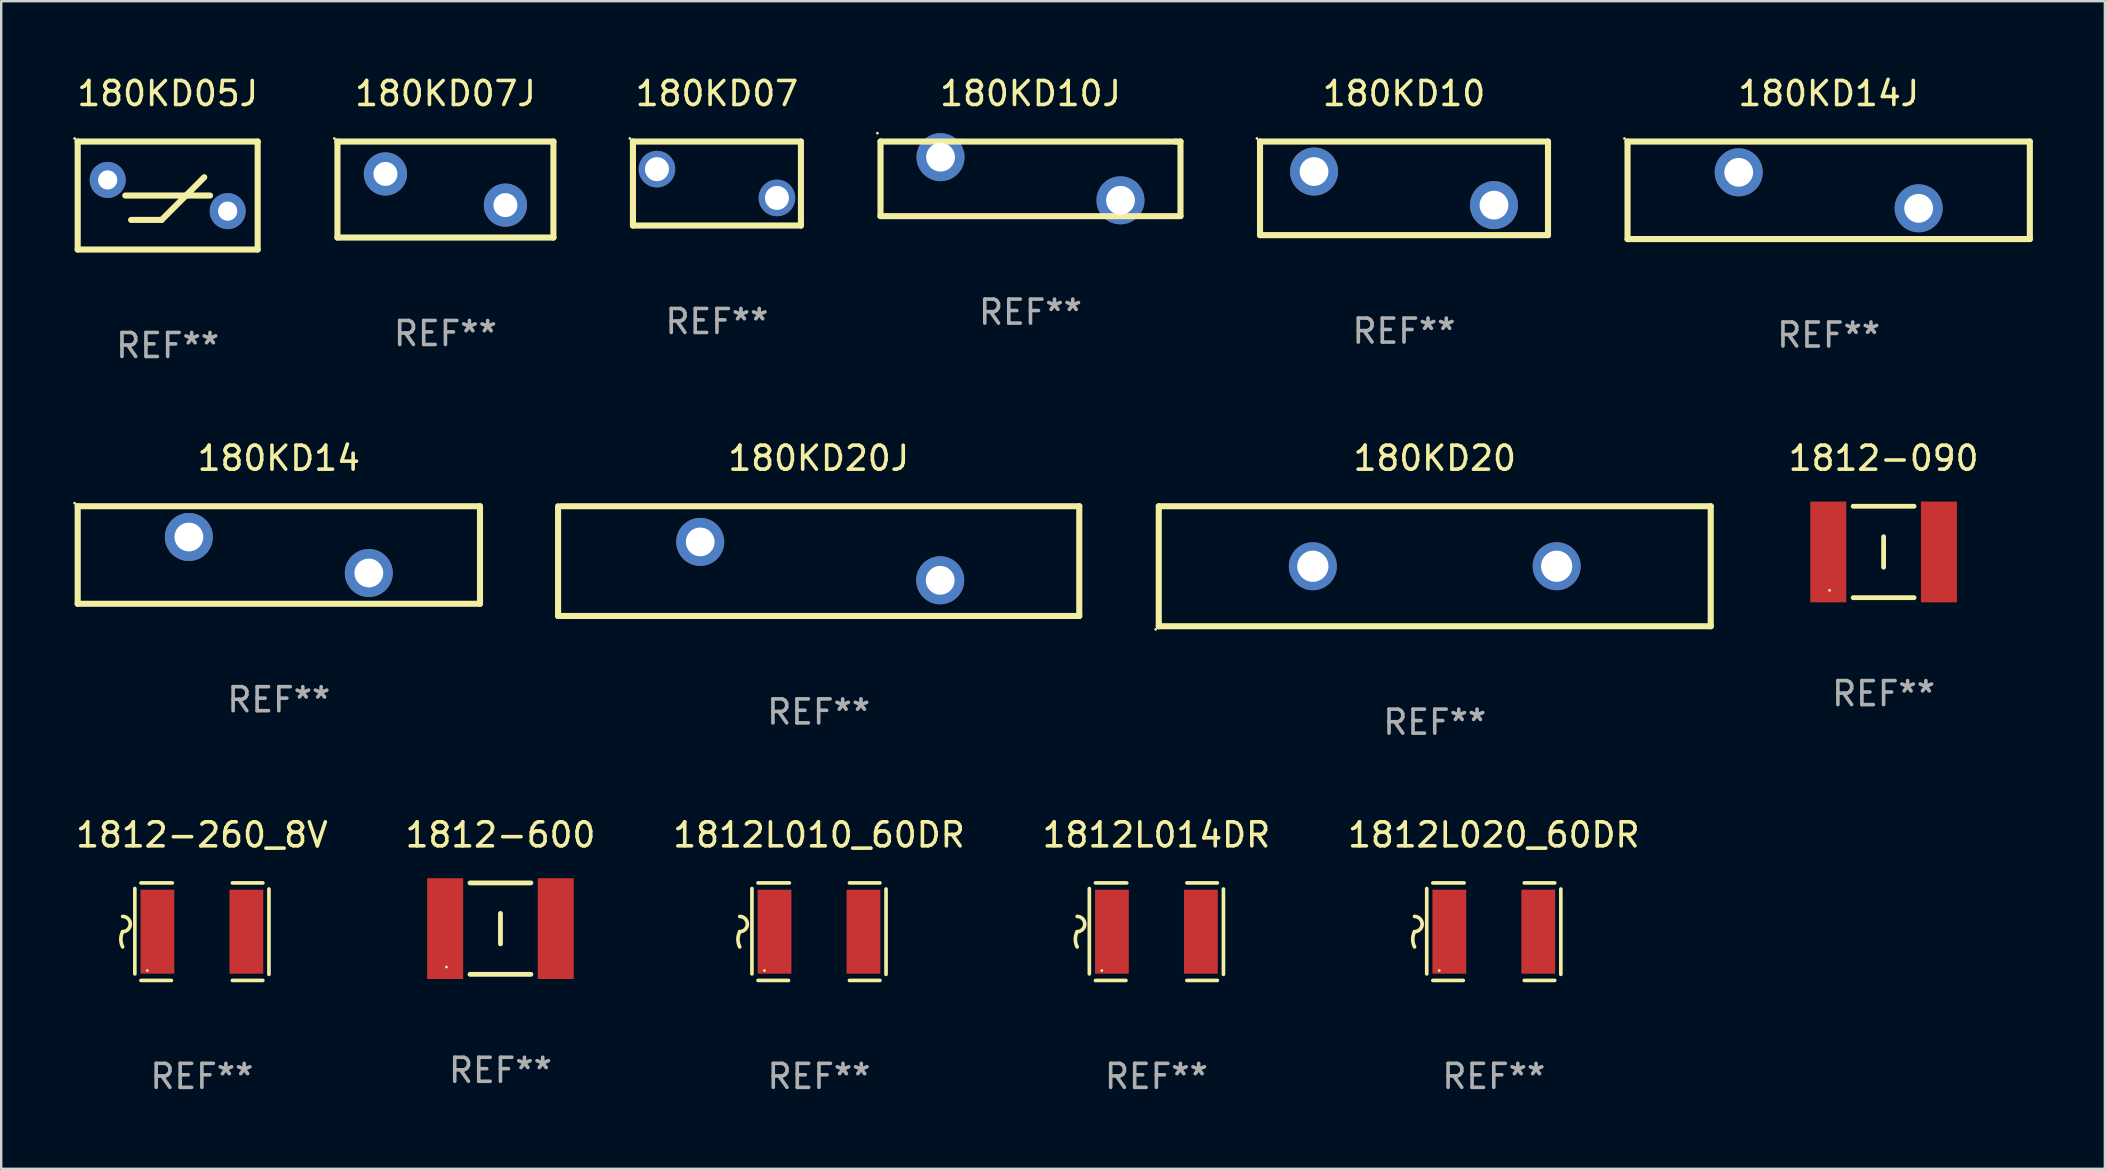
<source format=kicad_pcb>
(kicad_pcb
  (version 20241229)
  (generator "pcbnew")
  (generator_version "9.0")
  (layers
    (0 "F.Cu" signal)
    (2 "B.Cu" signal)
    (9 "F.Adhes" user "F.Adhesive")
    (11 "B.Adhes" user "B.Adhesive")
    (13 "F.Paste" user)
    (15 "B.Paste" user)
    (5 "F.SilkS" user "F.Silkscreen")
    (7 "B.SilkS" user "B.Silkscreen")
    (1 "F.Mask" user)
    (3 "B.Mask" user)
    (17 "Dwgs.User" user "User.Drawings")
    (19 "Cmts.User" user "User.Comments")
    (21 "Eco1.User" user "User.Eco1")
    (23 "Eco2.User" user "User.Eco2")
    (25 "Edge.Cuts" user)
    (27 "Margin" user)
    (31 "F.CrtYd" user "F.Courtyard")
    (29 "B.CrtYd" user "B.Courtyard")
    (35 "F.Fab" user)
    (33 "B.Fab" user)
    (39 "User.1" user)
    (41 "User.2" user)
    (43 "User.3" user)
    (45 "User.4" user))
  (footprint "180KD14"
    (layer "F.Cu")
    (at 8.569 20.077)
    (property "Reference" "180KD14" (at 0 -4.032 0) (layer "F.SilkS") (effects (font (size 1 1) (thickness 0.15))))
    (attr through_hole)
    (fp_line (start -8.382 -2.032) (end 8.382 -2.032) (stroke (width 0.254) (type solid)) (layer "F.SilkS"))
    (fp_line (start -8.382 2.032) (end -8.382 -2.032) (stroke (width 0.254) (type solid)) (layer "F.SilkS"))
    (fp_line (start 8.382 -2.032) (end 8.382 2.032) (stroke (width 0.254) (type solid)) (layer "F.SilkS"))
    (fp_line (start 8.382 2.032) (end -8.382 2.032) (stroke (width 0.254) (type solid)) (layer "F.SilkS"))
    (fp_circle (center -8.509 -2.159) (end -8.479 -2.159) (stroke (width 0.06) (type solid)) (fill no) (layer "F.SilkS"))
    (fp_text user "REF**" (at 0 6.032 0) (layer "F.Fab") (effects (font (size 1 1) (thickness 0.15))))
    (pad "1" thru_hole circle (at -3.749 -0.75) (size 2 2) (drill 1.2) (layers "*.Cu" "*.Mask"))
    (pad "2" thru_hole circle (at 3.749 0.75) (size 2 2) (drill 1.2) (layers "*.Cu" "*.Mask")))
  (footprint "180KD14J"
    (layer "F.Cu")
    (at 73.151 4.88)
    (property "Reference" "180KD14J" (at 0 -4.032 0) (layer "F.SilkS") (effects (font (size 1 1) (thickness 0.15))))
    (attr through_hole)
    (fp_line (start -8.382 -2.032) (end 8.382 -2.032) (stroke (width 0.254) (type solid)) (layer "F.SilkS"))
    (fp_line (start -8.382 2.032) (end -8.382 -2.032) (stroke (width 0.254) (type solid)) (layer "F.SilkS"))
    (fp_line (start 8.382 -2.032) (end 8.382 2.032) (stroke (width 0.254) (type solid)) (layer "F.SilkS"))
    (fp_line (start 8.382 2.032) (end -8.382 2.032) (stroke (width 0.254) (type solid)) (layer "F.SilkS"))
    (fp_circle (center -8.509 -2.159) (end -8.479 -2.159) (stroke (width 0.06) (type solid)) (fill no) (layer "F.SilkS"))
    (fp_text user "REF**" (at 0 6.032 0) (layer "F.Fab") (effects (font (size 1 1) (thickness 0.15))))
    (pad "1" thru_hole circle (at -3.749 -0.75) (size 2 2) (drill 1.2) (layers "*.Cu" "*.Mask"))
    (pad "2" thru_hole circle (at 3.749 0.75) (size 2 2) (drill 1.2) (layers "*.Cu" "*.Mask")))
  (footprint "180KD10"
    (layer "F.Cu")
    (at 55.455 4.798)
    (property "Reference" "180KD10" (at 0 -3.95 0) (layer "F.SilkS") (effects (font (size 1 1) (thickness 0.15))))
    (attr through_hole)
    (fp_line (start -6 -1.95) (end 6 -1.95) (stroke (width 0.254) (type solid)) (layer "F.SilkS"))
    (fp_line (start -6 1.95) (end -6 -1.95) (stroke (width 0.254) (type solid)) (layer "F.SilkS"))
    (fp_line (start 6 -1.95) (end 6 1.95) (stroke (width 0.254) (type solid)) (layer "F.SilkS"))
    (fp_line (start 6 1.95) (end -6 1.95) (stroke (width 0.254) (type solid)) (layer "F.SilkS"))
    (fp_circle (center -6.127 -2.077) (end -6.097 -2.077) (stroke (width 0.06) (type solid)) (fill no) (layer "F.SilkS"))
    (fp_text user "REF**" (at 0 5.95 0) (layer "F.Fab") (effects (font (size 1 1) (thickness 0.15))))
    (pad "1" thru_hole circle (at -3.749 -0.7) (size 2 2) (drill 1.2) (layers "*.Cu" "*.Mask"))
    (pad "2" thru_hole circle (at 3.749 0.7) (size 2 2) (drill 1.2) (layers "*.Cu" "*.Mask")))
  (footprint "180KD20J"
    (layer "F.Cu")
    (at 31.064 20.331)
    (property "Reference" "180KD20J" (at 0 -4.286 0) (layer "F.SilkS") (effects (font (size 1 1) (thickness 0.15))))
    (attr through_hole)
    (fp_line (start -10.859 2.286) (end -10.859 -2.286) (stroke (width 0.254) (type solid)) (layer "F.SilkS"))
    (fp_line (start -10.732 -2.286) (end 10.859 -2.286) (stroke (width 0.254) (type solid)) (layer "F.SilkS"))
    (fp_line (start 10.859 -2.286) (end 10.859 2.286) (stroke (width 0.254) (type solid)) (layer "F.SilkS"))
    (fp_line (start 10.859 2.286) (end -10.859 2.286) (stroke (width 0.254) (type solid)) (layer "F.SilkS"))
    (fp_circle (center -10.687 -2.3) (end -10.657 -2.3) (stroke (width 0.06) (type solid)) (fill no) (layer "F.SilkS"))
    (fp_text user "REF**" (at 0 6.286 0) (layer "F.Fab") (effects (font (size 1 1) (thickness 0.15))))
    (pad "1" thru_hole circle (at -4.936 -0.8) (size 2 2) (drill 1.2) (layers "*.Cu" "*.Mask"))
    (pad "2" thru_hole circle (at 5.064 0.8) (size 2 2) (drill 1.2) (layers "*.Cu" "*.Mask")))
  (footprint "1812L010_60DR"
    (layer "F.Cu")
    (at 31.077 35.773)
    (property "Reference" "1812L010_60DR" (at 0 -4.032 0) (layer "F.SilkS") (effects (font (size 1 1) (thickness 0.15))))
    (attr through_hole)
    (fp_line (start -2.794 -1.798) (end -2.794 1.758) (stroke (width 0.152) (type solid)) (layer "F.SilkS"))
    (fp_line (start -2.54 -2.032) (end -1.235 -2.032) (stroke (width 0.152) (type solid)) (layer "F.SilkS"))
    (fp_line (start -1.27 2.032) (end -2.54 2.032) (stroke (width 0.152) (type solid)) (layer "F.SilkS"))
    (fp_line (start 1.27 2.032) (end 2.54 2.032) (stroke (width 0.152) (type solid)) (layer "F.SilkS"))
    (fp_line (start 2.54 -2.032) (end 1.27 -2.032) (stroke (width 0.152) (type solid)) (layer "F.SilkS"))
    (fp_line (start 2.794 -1.778) (end 2.794 1.778) (stroke (width 0.152) (type solid)) (layer "F.SilkS"))
    (fp_arc (start -3.302007 -0.635002) (mid -2.984506 -0.317501) (end -3.302007 0) (stroke (width 0.151994) (type solid)) (layer "F.SilkS"))
    (fp_arc (start -3.302007 0.635002) (mid -3.376959 0.317501) (end -3.302007 0) (stroke (width 0.151994) (type solid)) (layer "F.SilkS"))
    (fp_circle (center -2.275 1.62) (end -2.245 1.62) (stroke (width 0.06) (type solid)) (fill no) (layer "F.SilkS"))
    (fp_text user "REF**" (at 0 6.032 0) (layer "F.Fab") (effects (font (size 1 1) (thickness 0.15))))
    (pad "1" smd rect (at -1.853 0) (size 1.407 3.499) (layers "F.Cu" "F.Mask" "F.Paste"))
    (pad "2" smd rect (at 1.853 0) (size 1.407 3.499) (layers "F.Cu" "F.Mask" "F.Paste")))
  (footprint "1812L014DR"
    (layer "F.Cu")
    (at 45.137 35.773)
    (property "Reference" "1812L014DR" (at 0 -4.032 0) (layer "F.SilkS") (effects (font (size 1 1) (thickness 0.15))))
    (attr through_hole)
    (fp_line (start -2.794 -1.798) (end -2.794 1.758) (stroke (width 0.152) (type solid)) (layer "F.SilkS"))
    (fp_line (start -2.54 -2.032) (end -1.235 -2.032) (stroke (width 0.152) (type solid)) (layer "F.SilkS"))
    (fp_line (start -1.27 2.032) (end -2.54 2.032) (stroke (width 0.152) (type solid)) (layer "F.SilkS"))
    (fp_line (start 1.27 2.032) (end 2.54 2.032) (stroke (width 0.152) (type solid)) (layer "F.SilkS"))
    (fp_line (start 2.54 -2.032) (end 1.27 -2.032) (stroke (width 0.152) (type solid)) (layer "F.SilkS"))
    (fp_line (start 2.794 -1.778) (end 2.794 1.778) (stroke (width 0.152) (type solid)) (layer "F.SilkS"))
    (fp_arc (start -3.302007 -0.635002) (mid -2.984506 -0.317501) (end -3.302007 0) (stroke (width 0.151994) (type solid)) (layer "F.SilkS"))
    (fp_arc (start -3.302007 0.635002) (mid -3.376959 0.317501) (end -3.302007 0) (stroke (width 0.151994) (type solid)) (layer "F.SilkS"))
    (fp_circle (center -2.275 1.62) (end -2.245 1.62) (stroke (width 0.06) (type solid)) (fill no) (layer "F.SilkS"))
    (fp_text user "REF**" (at 0 6.032 0) (layer "F.Fab") (effects (font (size 1 1) (thickness 0.15))))
    (pad "1" smd rect (at -1.853 0) (size 1.407 3.499) (layers "F.Cu" "F.Mask" "F.Paste"))
    (pad "2" smd rect (at 1.853 0) (size 1.407 3.499) (layers "F.Cu" "F.Mask" "F.Paste")))
  (footprint "1812L020_60DR"
    (layer "F.Cu")
    (at 59.196 35.773)
    (property "Reference" "1812L020_60DR" (at 0 -4.032 0) (layer "F.SilkS") (effects (font (size 1 1) (thickness 0.15))))
    (attr through_hole)
    (fp_line (start -2.794 -1.798) (end -2.794 1.758) (stroke (width 0.152) (type solid)) (layer "F.SilkS"))
    (fp_line (start -2.54 -2.032) (end -1.235 -2.032) (stroke (width 0.152) (type solid)) (layer "F.SilkS"))
    (fp_line (start -1.27 2.032) (end -2.54 2.032) (stroke (width 0.152) (type solid)) (layer "F.SilkS"))
    (fp_line (start 1.27 2.032) (end 2.54 2.032) (stroke (width 0.152) (type solid)) (layer "F.SilkS"))
    (fp_line (start 2.54 -2.032) (end 1.27 -2.032) (stroke (width 0.152) (type solid)) (layer "F.SilkS"))
    (fp_line (start 2.794 -1.778) (end 2.794 1.778) (stroke (width 0.152) (type solid)) (layer "F.SilkS"))
    (fp_arc (start -3.302007 -0.635002) (mid -2.984506 -0.317501) (end -3.302007 0) (stroke (width 0.151994) (type solid)) (layer "F.SilkS"))
    (fp_arc (start -3.302007 0.635002) (mid -3.376959 0.317501) (end -3.302007 0) (stroke (width 0.151994) (type solid)) (layer "F.SilkS"))
    (fp_circle (center -2.275 1.62) (end -2.245 1.62) (stroke (width 0.06) (type solid)) (fill no) (layer "F.SilkS"))
    (fp_text user "REF**" (at 0 6.032 0) (layer "F.Fab") (effects (font (size 1 1) (thickness 0.15))))
    (pad "1" smd rect (at -1.853 0) (size 1.407 3.499) (layers "F.Cu" "F.Mask" "F.Paste"))
    (pad "2" smd rect (at 1.853 0) (size 1.407 3.499) (layers "F.Cu" "F.Mask" "F.Paste")))
  (footprint "180KD10J"
    (layer "F.Cu")
    (at 39.89 4.403)
    (property "Reference" "180KD10J" (at 0 -3.555 0) (layer "F.SilkS") (effects (font (size 1 1) (thickness 0.15))))
    (attr through_hole)
    (fp_line (start -6.249 -1.555) (end 6.056 -1.554) (stroke (width 0.254) (type solid)) (layer "F.SilkS"))
    (fp_line (start -6.249 1.545) (end -6.249 -1.554) (stroke (width 0.254) (type solid)) (layer "F.SilkS"))
    (fp_line (start 6.056 -1.554) (end 6.251 -1.555) (stroke (width 0.254) (type solid)) (layer "F.SilkS"))
    (fp_line (start 6.251 -1.555) (end 6.251 1.545) (stroke (width 0.254) (type solid)) (layer "F.SilkS"))
    (fp_line (start 6.251 1.555) (end -6.251 1.555) (stroke (width 0.254) (type solid)) (layer "F.SilkS"))
    (fp_circle (center -6.378 -1.904) (end -6.348 -1.904) (stroke (width 0.06) (type solid)) (fill no) (layer "F.SilkS"))
    (fp_text user "REF**" (at 0 5.555 0) (layer "F.Fab") (effects (font (size 1 1) (thickness 0.15))))
    (pad "1" thru_hole circle (at -3.748 -0.904) (size 2 2) (drill 1.2) (layers "*.Cu" "*.Mask"))
    (pad "2" thru_hole circle (at 3.75 0.894) (size 2 2) (drill 1.2) (layers "*.Cu" "*.Mask")))
  (footprint "1812-260_8V"
    (layer "F.Cu")
    (at 5.363 35.773)
    (property "Reference" "1812-260_8V" (at 0 -4.032 0) (layer "F.SilkS") (effects (font (size 1 1) (thickness 0.15))))
    (attr through_hole)
    (fp_line (start -2.794 -1.798) (end -2.794 1.758) (stroke (width 0.152) (type solid)) (layer "F.SilkS"))
    (fp_line (start -2.54 -2.032) (end -1.235 -2.032) (stroke (width 0.152) (type solid)) (layer "F.SilkS"))
    (fp_line (start -1.27 2.032) (end -2.54 2.032) (stroke (width 0.152) (type solid)) (layer "F.SilkS"))
    (fp_line (start 1.27 2.032) (end 2.54 2.032) (stroke (width 0.152) (type solid)) (layer "F.SilkS"))
    (fp_line (start 2.54 -2.032) (end 1.27 -2.032) (stroke (width 0.152) (type solid)) (layer "F.SilkS"))
    (fp_line (start 2.794 -1.778) (end 2.794 1.778) (stroke (width 0.152) (type solid)) (layer "F.SilkS"))
    (fp_arc (start -3.302007 -0.635002) (mid -2.984506 -0.317501) (end -3.302007 0) (stroke (width 0.151994) (type solid)) (layer "F.SilkS"))
    (fp_arc (start -3.302007 0.635002) (mid -3.376959 0.317501) (end -3.302007 0) (stroke (width 0.151994) (type solid)) (layer "F.SilkS"))
    (fp_circle (center -2.275 1.62) (end -2.245 1.62) (stroke (width 0.06) (type solid)) (fill no) (layer "F.SilkS"))
    (fp_text user "REF**" (at 0 6.032 0) (layer "F.Fab") (effects (font (size 1 1) (thickness 0.15))))
    (pad "1" smd rect (at -1.853 0) (size 1.407 3.499) (layers "F.Cu" "F.Mask" "F.Paste"))
    (pad "2" smd rect (at 1.853 0) (size 1.407 3.499) (layers "F.Cu" "F.Mask" "F.Paste")))
  (footprint "180KD07"
    (layer "F.Cu")
    (at 26.825 4.598)
    (property "Reference" "180KD07" (at 0 -3.75 0) (layer "F.SilkS") (effects (font (size 1 1) (thickness 0.15))))
    (attr through_hole)
    (fp_line (start -3.5 -1.75) (end 3.5 -1.75) (stroke (width 0.254) (type solid)) (layer "F.SilkS"))
    (fp_line (start -3.5 1.75) (end -3.5 -1.75) (stroke (width 0.254) (type solid)) (layer "F.SilkS"))
    (fp_line (start -3.5 1.75) (end 3.5 1.75) (stroke (width 0.254) (type solid)) (layer "F.SilkS"))
    (fp_line (start 3.5 -1.75) (end 3.5 1.75) (stroke (width 0.254) (type solid)) (layer "F.SilkS"))
    (fp_circle (center -3.627 -1.877) (end -3.597 -1.877) (stroke (width 0.06) (type solid)) (fill no) (layer "F.SilkS"))
    (fp_text user "REF**" (at 0 5.75 0) (layer "F.Fab") (effects (font (size 1 1) (thickness 0.15))))
    (pad "1" thru_hole circle (at -2.5 -0.6) (size 1.524 1.524) (drill 1) (layers "*.Cu" "*.Mask"))
    (pad "2" thru_hole circle (at 2.5 0.6) (size 1.524 1.524) (drill 1) (layers "*.Cu" "*.Mask")))
  (footprint "180KD05J"
    (layer "F.Cu")
    (at 3.937 5.098)
    (property "Reference" "180KD05J" (at 0 -4.25 0) (layer "F.SilkS") (effects (font (size 1 1) (thickness 0.15))))
    (attr through_hole)
    (fp_line (start -3.75 -2.25) (end -3.75 2.25) (stroke (width 0.254) (type solid)) (layer "F.SilkS"))
    (fp_line (start -3.75 -2.25) (end 3.75 -2.25) (stroke (width 0.254) (type solid)) (layer "F.SilkS"))
    (fp_line (start -3.75 2.25) (end 3.75 2.25) (stroke (width 0.254) (type solid)) (layer "F.SilkS"))
    (fp_line (start -1.766 0) (end 1.766 0) (stroke (width 0.254) (type solid)) (layer "F.SilkS"))
    (fp_line (start -1.524 1.016) (end -0.254 1.016) (stroke (width 0.254) (type solid)) (layer "F.SilkS"))
    (fp_line (start -0.254 1.016) (end 1.524 -0.762) (stroke (width 0.254) (type solid)) (layer "F.SilkS"))
    (fp_line (start 3.75 -2.25) (end 3.75 2.25) (stroke (width 0.254) (type solid)) (layer "F.SilkS"))
    (fp_circle (center -3.877 -2.377) (end -3.847 -2.377) (stroke (width 0.06) (type solid)) (fill no) (layer "F.SilkS"))
    (fp_text user "REF**" (at 0 6.25 0) (layer "F.Fab") (effects (font (size 1 1) (thickness 0.15))))
    (pad "1" thru_hole circle (at -2.5 -0.65) (size 1.5 1.5) (drill 0.8) (layers "*.Cu" "*.Mask"))
    (pad "2" thru_hole circle (at 2.5 0.65) (size 1.5 1.5) (drill 0.8) (layers "*.Cu" "*.Mask")))
  (footprint "180KD07J"
    (layer "F.Cu")
    (at 15.511 4.848)
    (property "Reference" "180KD07J" (at 0 -4 0) (layer "F.SilkS") (effects (font (size 1 1) (thickness 0.15))))
    (attr through_hole)
    (fp_line (start -4.5 -2) (end 4.5 -2) (stroke (width 0.254) (type solid)) (layer "F.SilkS"))
    (fp_line (start -4.5 2) (end -4.5 -2) (stroke (width 0.254) (type solid)) (layer "F.SilkS"))
    (fp_line (start 4.5 -2) (end 4.5 2) (stroke (width 0.254) (type solid)) (layer "F.SilkS"))
    (fp_line (start 4.5 2) (end -4.5 2) (stroke (width 0.254) (type solid)) (layer "F.SilkS"))
    (fp_circle (center -4.627 -2.127) (end -4.597 -2.127) (stroke (width 0.06) (type solid)) (fill no) (layer "F.SilkS"))
    (fp_text user "REF**" (at 0 6 0) (layer "F.Fab") (effects (font (size 1 1) (thickness 0.15))))
    (pad "1" thru_hole circle (at -2.5 -0.65) (size 1.8 1.8) (drill 1) (layers "*.Cu" "*.Mask"))
    (pad "2" thru_hole circle (at 2.5 0.65) (size 1.8 1.8) (drill 1) (layers "*.Cu" "*.Mask")))
  (footprint "1812-090"
    (layer "F.Cu")
    (at 75.44 19.95)
    (property "Reference" "1812-090" (at 0 -3.905 0) (layer "F.SilkS") (effects (font (size 1 1) (thickness 0.15))))
    (attr through_hole)
    (fp_line (start -1.27 -1.905) (end 1.27 -1.905) (stroke (width 0.2) (type solid)) (layer "F.SilkS"))
    (fp_line (start -1.27 1.905) (end 1.27 1.905) (stroke (width 0.2) (type solid)) (layer "F.SilkS"))
    (fp_line (start 0.000051 -0.635) (end 0.000051 0.635) (stroke (width 0.2) (type solid)) (layer "F.SilkS"))
    (fp_circle (center -2.25 1.6) (end -2.22 1.6) (stroke (width 0.06) (type solid)) (fill no) (layer "F.SilkS"))
    (fp_text user "REF**" (at 0 5.905 0) (layer "F.Fab") (effects (font (size 1 1) (thickness 0.15))))
    (pad "1" smd rect (at -2.305 0) (size 1.5 4.2) (layers "F.Cu" "F.Mask" "F.Paste"))
    (pad "2" smd rect (at 2.305 0) (size 1.5 4.2) (layers "F.Cu" "F.Mask" "F.Paste")))
  (footprint "180KD20"
    (layer "F.Cu")
    (at 56.736 20.545)
    (property "Reference" "180KD20" (at 0 -4.5 0) (layer "F.SilkS") (effects (font (size 1 1) (thickness 0.15))))
    (attr through_hole)
    (fp_line (start -11.5 -2.5) (end 11.5 -2.5) (stroke (width 0.254) (type solid)) (layer "F.SilkS"))
    (fp_line (start -11.5 2.5) (end -11.5 -2.5) (stroke (width 0.254) (type solid)) (layer "F.SilkS"))
    (fp_line (start 11.5 -2.5) (end 11.5 2.5) (stroke (width 0.254) (type solid)) (layer "F.SilkS"))
    (fp_line (start 11.5 2.5) (end -11.5 2.5) (stroke (width 0.254) (type solid)) (layer "F.SilkS"))
    (fp_circle (center -11.627 2.627) (end -11.597 2.627) (stroke (width 0.06) (type solid)) (fill no) (layer "F.SilkS"))
    (fp_text user "REF**" (at 0 6.5 0) (layer "F.Fab") (effects (font (size 1 1) (thickness 0.15))))
    (pad "1" thru_hole circle (at -5.08 0) (size 2 2) (drill 1.3) (layers "*.Cu" "*.Mask"))
    (pad "2" thru_hole circle (at 5.08 0) (size 2 2) (drill 1.3) (layers "*.Cu" "*.Mask")))
  (footprint "1812-600"
    (layer "F.Cu")
    (at 17.804 35.646)
    (property "Reference" "1812-600" (at 0 -3.905 0) (layer "F.SilkS") (effects (font (size 1 1) (thickness 0.15))))
    (attr through_hole)
    (fp_line (start -1.27 -1.905) (end 1.27 -1.905) (stroke (width 0.2) (type solid)) (layer "F.SilkS"))
    (fp_line (start -1.27 1.905) (end 1.27 1.905) (stroke (width 0.2) (type solid)) (layer "F.SilkS"))
    (fp_line (start 0.000051 -0.635) (end 0.000051 0.635) (stroke (width 0.2) (type solid)) (layer "F.SilkS"))
    (fp_circle (center -2.25 1.6) (end -2.22 1.6) (stroke (width 0.06) (type solid)) (fill no) (layer "F.SilkS"))
    (fp_text user "REF**" (at 0 5.905 0) (layer "F.Fab") (effects (font (size 1 1) (thickness 0.15))))
    (pad "1" smd rect (at -2.305 0) (size 1.5 4.2) (layers "F.Cu" "F.Mask" "F.Paste"))
    (pad "2" smd rect (at 2.305 0) (size 1.5 4.2) (layers "F.Cu" "F.Mask" "F.Paste")))
  (gr_rect
    (start -3 -3)
    (end 84.66 45.654)
    (stroke (width 0.1) (type default))
    (fill no)
    (layer "Edge.Cuts")))
</source>
